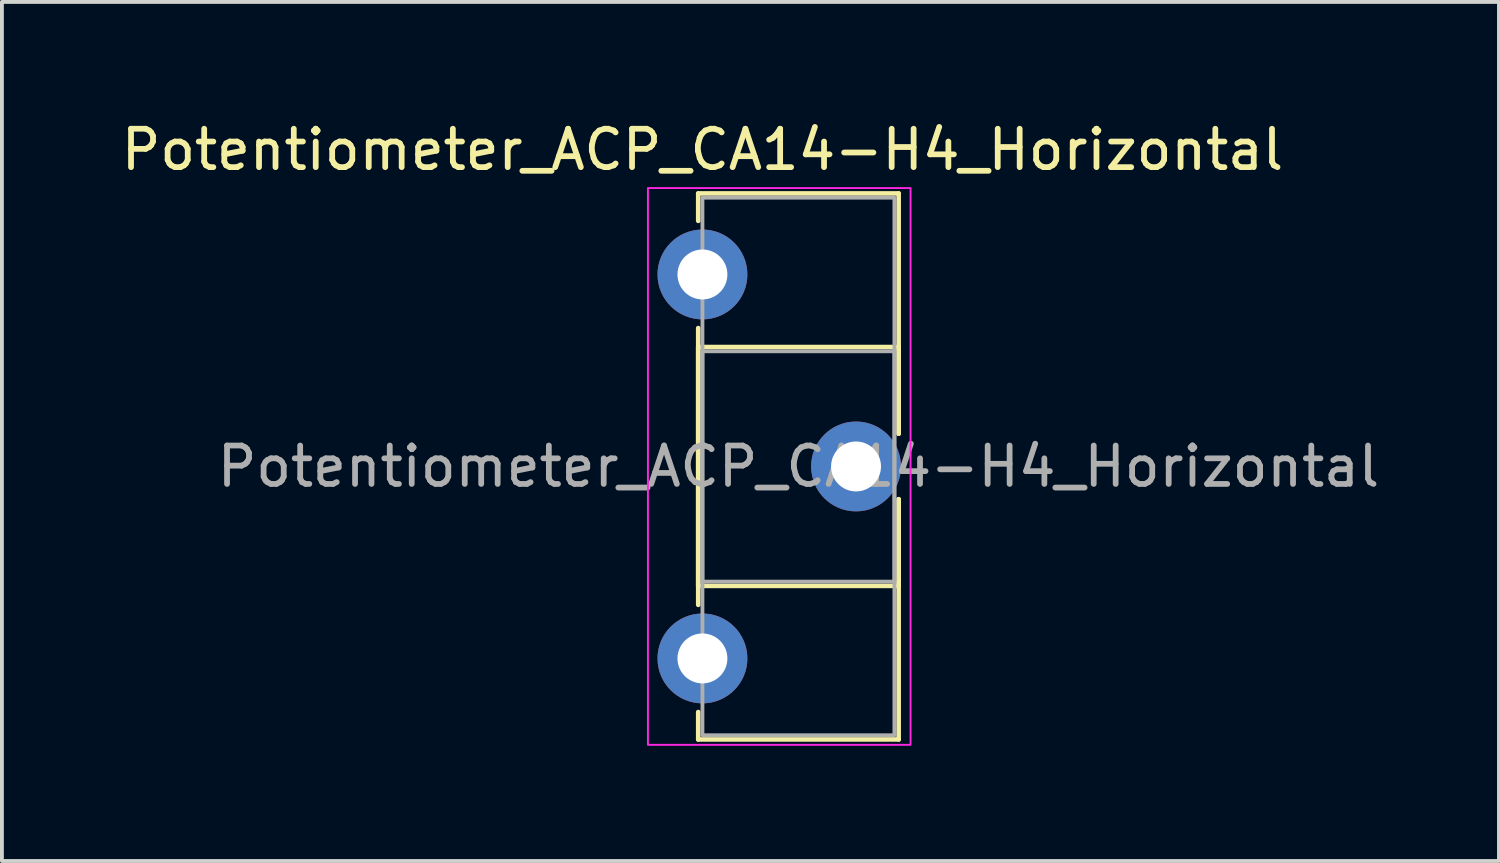
<source format=kicad_pcb>
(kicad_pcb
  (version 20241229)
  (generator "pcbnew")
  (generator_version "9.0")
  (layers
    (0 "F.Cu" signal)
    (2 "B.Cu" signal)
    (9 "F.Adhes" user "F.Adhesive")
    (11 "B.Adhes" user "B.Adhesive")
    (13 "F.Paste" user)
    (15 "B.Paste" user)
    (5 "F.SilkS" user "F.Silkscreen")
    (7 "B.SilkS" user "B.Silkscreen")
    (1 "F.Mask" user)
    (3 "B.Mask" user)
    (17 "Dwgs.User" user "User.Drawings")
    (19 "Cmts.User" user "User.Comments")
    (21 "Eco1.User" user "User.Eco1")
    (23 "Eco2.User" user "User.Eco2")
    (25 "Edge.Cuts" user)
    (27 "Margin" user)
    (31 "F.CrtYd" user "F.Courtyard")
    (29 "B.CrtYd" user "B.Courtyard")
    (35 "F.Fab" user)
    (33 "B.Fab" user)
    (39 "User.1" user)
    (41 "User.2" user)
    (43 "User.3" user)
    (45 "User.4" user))
  (footprint "Potentiometer_ACP_CA14-H4_Horizontal"
    (layer "F.Cu")
    (at 15.244 4.098)
    (property "Reference" "Potentiometer_ACP_CA14-H4_Horizontal" (at 0 -3.25 0) (layer "F.SilkS") (effects (font (size 1 1) (thickness 0.15))))
    (attr through_hole)
    (fp_line (start -0.11 -2.11) (end 5.11 -2.11) (stroke (width 0.12) (type solid)) (layer "F.SilkS"))
    (fp_line (start -0.11 -1.396) (end -0.11 -2.11) (stroke (width 0.12) (type solid)) (layer "F.SilkS"))
    (fp_line (start -0.11 1.89) (end 5.11 1.89) (stroke (width 0.12) (type solid)) (layer "F.SilkS"))
    (fp_line (start -0.11 8.11) (end -0.11 1.89) (stroke (width 0.12) (type solid)) (layer "F.SilkS"))
    (fp_line (start -0.11 8.604) (end -0.11 1.396) (stroke (width 0.12) (type solid)) (layer "F.SilkS"))
    (fp_line (start -0.11 12.11) (end -0.11 11.396) (stroke (width 0.12) (type solid)) (layer "F.SilkS"))
    (fp_line (start 5.11 -2.11) (end 5.11 4.147) (stroke (width 0.12) (type solid)) (layer "F.SilkS"))
    (fp_line (start 5.11 1.89) (end 5.11 4.147) (stroke (width 0.12) (type solid)) (layer "F.SilkS"))
    (fp_line (start 5.11 5.853) (end 5.11 8.11) (stroke (width 0.12) (type solid)) (layer "F.SilkS"))
    (fp_line (start 5.11 5.853) (end 5.11 12.11) (stroke (width 0.12) (type solid)) (layer "F.SilkS"))
    (fp_line (start 5.11 8.11) (end -0.11 8.11) (stroke (width 0.12) (type solid)) (layer "F.SilkS"))
    (fp_line (start 5.11 12.11) (end -0.11 12.11) (stroke (width 0.12) (type solid)) (layer "F.SilkS"))
    (fp_rect (start -1.42 -2.25) (end 5.42 12.25) (stroke (width 0.05) (type solid)) (fill no) (layer "F.CrtYd"))
    (fp_rect (start 0 -2) (end 5 12) (stroke (width 0.1) (type solid)) (fill no) (layer "F.Fab"))
    (fp_rect (start 0 2) (end 5 8) (stroke (width 0.1) (type solid)) (fill no) (layer "F.Fab"))
    (fp_text user "${REFERENCE}" (at 2.5 5 0) (layer "F.Fab") (effects (font (size 1 1) (thickness 0.15))))
    (pad "1" thru_hole circle (at 0 0) (size 2.34 2.34) (drill 1.3) (layers "*.Cu" "*.Mask"))
    (pad "2" thru_hole circle (at 4 5) (size 2.34 2.34) (drill 1.3) (layers "*.Cu" "*.Mask"))
    (pad "3" thru_hole circle (at 0 10) (size 2.34 2.34) (drill 1.3) (layers "*.Cu" "*.Mask")))
  (gr_rect
    (start -3 -3)
    (end 35.988 19.373)
    (stroke (width 0.1) (type default))
    (fill no)
    (layer "Edge.Cuts")))
</source>
